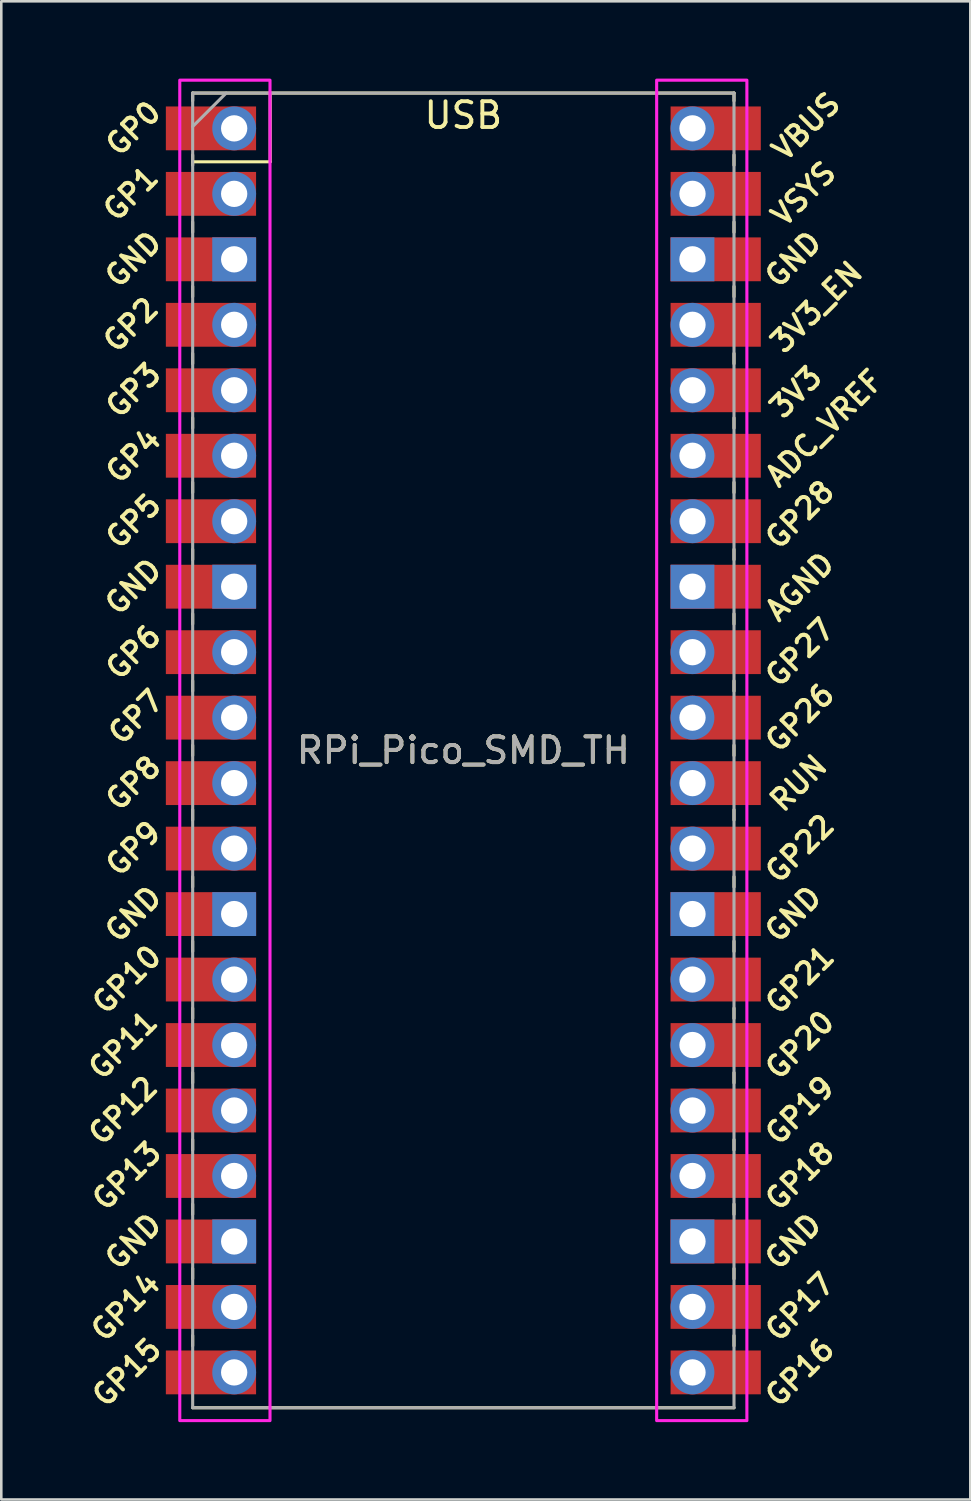
<source format=kicad_pcb>
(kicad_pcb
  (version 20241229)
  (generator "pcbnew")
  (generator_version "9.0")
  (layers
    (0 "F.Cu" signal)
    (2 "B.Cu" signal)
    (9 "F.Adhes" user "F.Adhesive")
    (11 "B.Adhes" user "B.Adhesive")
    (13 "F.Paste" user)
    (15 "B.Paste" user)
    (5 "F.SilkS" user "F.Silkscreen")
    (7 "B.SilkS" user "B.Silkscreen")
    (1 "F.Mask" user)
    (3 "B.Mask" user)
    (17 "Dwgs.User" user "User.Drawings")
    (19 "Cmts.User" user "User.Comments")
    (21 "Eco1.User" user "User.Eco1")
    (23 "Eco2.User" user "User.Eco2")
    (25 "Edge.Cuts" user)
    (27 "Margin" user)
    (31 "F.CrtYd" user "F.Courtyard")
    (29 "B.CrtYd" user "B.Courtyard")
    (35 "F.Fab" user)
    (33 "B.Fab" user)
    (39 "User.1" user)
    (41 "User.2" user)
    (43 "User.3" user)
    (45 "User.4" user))
  (footprint "RPi_Pico_SMD_TH"
    (layer "F.Cu")
    (at 14.924 26.06)
    (property "Reference" "RPi_Pico_SMD_TH" (at 0 0 0) (layer "F.SilkS") (effects (font (size 1 1) (thickness 0.15))))
    (attr through_hole)
    (fp_line (start -10.5 -25.5) (end -10.5 -25.2) (stroke (width 0.12) (type solid)) (layer "F.SilkS"))
    (fp_line (start -10.5 -25.5) (end 10.5 -25.5) (stroke (width 0.12) (type solid)) (layer "F.SilkS"))
    (fp_line (start -10.5 -23.1) (end -10.5 -22.7) (stroke (width 0.12) (type solid)) (layer "F.SilkS"))
    (fp_line (start -10.5 -22.833) (end -7.493 -22.833) (stroke (width 0.12) (type solid)) (layer "F.SilkS"))
    (fp_line (start -10.5 -20.5) (end -10.5 -20.1) (stroke (width 0.12) (type solid)) (layer "F.SilkS"))
    (fp_line (start -10.5 -18) (end -10.5 -17.6) (stroke (width 0.12) (type solid)) (layer "F.SilkS"))
    (fp_line (start -10.5 -15.4) (end -10.5 -15) (stroke (width 0.12) (type solid)) (layer "F.SilkS"))
    (fp_line (start -10.5 -12.9) (end -10.5 -12.5) (stroke (width 0.12) (type solid)) (layer "F.SilkS"))
    (fp_line (start -10.5 -10.4) (end -10.5 -10) (stroke (width 0.12) (type solid)) (layer "F.SilkS"))
    (fp_line (start -10.5 -7.8) (end -10.5 -7.4) (stroke (width 0.12) (type solid)) (layer "F.SilkS"))
    (fp_line (start -10.5 -5.3) (end -10.5 -4.9) (stroke (width 0.12) (type solid)) (layer "F.SilkS"))
    (fp_line (start -10.5 -2.7) (end -10.5 -2.3) (stroke (width 0.12) (type solid)) (layer "F.SilkS"))
    (fp_line (start -10.5 -0.2) (end -10.5 0.2) (stroke (width 0.12) (type solid)) (layer "F.SilkS"))
    (fp_line (start -10.5 2.3) (end -10.5 2.7) (stroke (width 0.12) (type solid)) (layer "F.SilkS"))
    (fp_line (start -10.5 4.9) (end -10.5 5.3) (stroke (width 0.12) (type solid)) (layer "F.SilkS"))
    (fp_line (start -10.5 7.4) (end -10.5 7.8) (stroke (width 0.12) (type solid)) (layer "F.SilkS"))
    (fp_line (start -10.5 10) (end -10.5 10.4) (stroke (width 0.12) (type solid)) (layer "F.SilkS"))
    (fp_line (start -10.5 12.5) (end -10.5 12.9) (stroke (width 0.12) (type solid)) (layer "F.SilkS"))
    (fp_line (start -10.5 15.1) (end -10.5 15.5) (stroke (width 0.12) (type solid)) (layer "F.SilkS"))
    (fp_line (start -10.5 17.6) (end -10.5 18) (stroke (width 0.12) (type solid)) (layer "F.SilkS"))
    (fp_line (start -10.5 20.1) (end -10.5 20.5) (stroke (width 0.12) (type solid)) (layer "F.SilkS"))
    (fp_line (start -10.5 22.7) (end -10.5 23.1) (stroke (width 0.12) (type solid)) (layer "F.SilkS"))
    (fp_line (start -10.5 25.5) (end 10.5 25.5) (stroke (width 0.12) (type solid)) (layer "F.SilkS"))
    (fp_line (start -7.493 -22.833) (end -7.493 -25.5) (stroke (width 0.12) (type solid)) (layer "F.SilkS"))
    (fp_line (start 10.5 -25.5) (end 10.5 -25.2) (stroke (width 0.12) (type solid)) (layer "F.SilkS"))
    (fp_line (start 10.5 -23.1) (end 10.5 -22.7) (stroke (width 0.12) (type solid)) (layer "F.SilkS"))
    (fp_line (start 10.5 -20.5) (end 10.5 -20.1) (stroke (width 0.12) (type solid)) (layer "F.SilkS"))
    (fp_line (start 10.5 -18) (end 10.5 -17.6) (stroke (width 0.12) (type solid)) (layer "F.SilkS"))
    (fp_line (start 10.5 -15.4) (end 10.5 -15) (stroke (width 0.12) (type solid)) (layer "F.SilkS"))
    (fp_line (start 10.5 -12.9) (end 10.5 -12.5) (stroke (width 0.12) (type solid)) (layer "F.SilkS"))
    (fp_line (start 10.5 -10.4) (end 10.5 -10) (stroke (width 0.12) (type solid)) (layer "F.SilkS"))
    (fp_line (start 10.5 -7.8) (end 10.5 -7.4) (stroke (width 0.12) (type solid)) (layer "F.SilkS"))
    (fp_line (start 10.5 -5.3) (end 10.5 -4.9) (stroke (width 0.12) (type solid)) (layer "F.SilkS"))
    (fp_line (start 10.5 -2.7) (end 10.5 -2.3) (stroke (width 0.12) (type solid)) (layer "F.SilkS"))
    (fp_line (start 10.5 -0.2) (end 10.5 0.2) (stroke (width 0.12) (type solid)) (layer "F.SilkS"))
    (fp_line (start 10.5 2.3) (end 10.5 2.7) (stroke (width 0.12) (type solid)) (layer "F.SilkS"))
    (fp_line (start 10.5 4.9) (end 10.5 5.3) (stroke (width 0.12) (type solid)) (layer "F.SilkS"))
    (fp_line (start 10.5 7.4) (end 10.5 7.8) (stroke (width 0.12) (type solid)) (layer "F.SilkS"))
    (fp_line (start 10.5 10) (end 10.5 10.4) (stroke (width 0.12) (type solid)) (layer "F.SilkS"))
    (fp_line (start 10.5 12.5) (end 10.5 12.9) (stroke (width 0.12) (type solid)) (layer "F.SilkS"))
    (fp_line (start 10.5 15.1) (end 10.5 15.5) (stroke (width 0.12) (type solid)) (layer "F.SilkS"))
    (fp_line (start 10.5 17.6) (end 10.5 18) (stroke (width 0.12) (type solid)) (layer "F.SilkS"))
    (fp_line (start 10.5 20.1) (end 10.5 20.5) (stroke (width 0.12) (type solid)) (layer "F.SilkS"))
    (fp_line (start 10.5 22.7) (end 10.5 23.1) (stroke (width 0.12) (type solid)) (layer "F.SilkS"))
    (fp_rect (start -11 26) (end -7.5 -26) (stroke (width 0.12) (type solid)) (fill no) (layer "F.CrtYd"))
    (fp_rect (start 7.5 26) (end 11 -26) (stroke (width 0.12) (type solid)) (fill no) (layer "F.CrtYd"))
    (fp_line (start -10.5 -25.5) (end 10.5 -25.5) (stroke (width 0.12) (type solid)) (layer "F.Fab"))
    (fp_line (start -10.5 -24.2) (end -9.2 -25.5) (stroke (width 0.12) (type solid)) (layer "F.Fab"))
    (fp_line (start -10.5 25.5) (end -10.5 -25.5) (stroke (width 0.12) (type solid)) (layer "F.Fab"))
    (fp_line (start 10.5 -25.5) (end 10.5 25.5) (stroke (width 0.12) (type solid)) (layer "F.Fab"))
    (fp_line (start 10.5 25.5) (end -10.5 25.5) (stroke (width 0.12) (type solid)) (layer "F.Fab"))
    (fp_text user "GP22" (at 13.054 3.81 45) (layer "F.SilkS") (effects (font (size 0.8 0.8) (thickness 0.15))))
    (fp_text user "GP26" (at 13.054 -1.27 45) (layer "F.SilkS") (effects (font (size 0.8 0.8) (thickness 0.15))))
    (fp_text user "GP3" (at -12.8 -13.97 45) (layer "F.SilkS") (effects (font (size 0.8 0.8) (thickness 0.15))))
    (fp_text user "GND" (at -12.8 -19.05 45) (layer "F.SilkS") (effects (font (size 0.8 0.8) (thickness 0.15))))
    (fp_text user "GP21" (at 13.054 8.9 45) (layer "F.SilkS") (effects (font (size 0.8 0.8) (thickness 0.15))))
    (fp_text user "GP15" (at -13.054 24.13 45) (layer "F.SilkS") (effects (font (size 0.8 0.8) (thickness 0.15))))
    (fp_text user "GP7" (at -12.7 -1.3 45) (layer "F.SilkS") (effects (font (size 0.8 0.8) (thickness 0.15))))
    (fp_text user "GP5" (at -12.8 -8.89 45) (layer "F.SilkS") (effects (font (size 0.8 0.8) (thickness 0.15))))
    (fp_text user "GP16" (at 13.054 24.13 45) (layer "F.SilkS") (effects (font (size 0.8 0.8) (thickness 0.15))))
    (fp_text user "GP12" (at -13.2 13.97 45) (layer "F.SilkS") (effects (font (size 0.8 0.8) (thickness 0.15))))
    (fp_text user "GP28" (at 13.054 -9.144 45) (layer "F.SilkS") (effects (font (size 0.8 0.8) (thickness 0.15))))
    (fp_text user "GND" (at -12.8 19.05 45) (layer "F.SilkS") (effects (font (size 0.8 0.8) (thickness 0.15))))
    (fp_text user "GND" (at -12.8 6.35 45) (layer "F.SilkS") (effects (font (size 0.8 0.8) (thickness 0.15))))
    (fp_text user "GP13" (at -13.054 16.51 45) (layer "F.SilkS") (effects (font (size 0.8 0.8) (thickness 0.15))))
    (fp_text user "GP20" (at 13.054 11.43 45) (layer "F.SilkS") (effects (font (size 0.8 0.8) (thickness 0.15))))
    (fp_text user "GP27" (at 13.054 -3.8 45) (layer "F.SilkS") (effects (font (size 0.8 0.8) (thickness 0.15))))
    (fp_text user "GND" (at -12.8 -6.35 45) (layer "F.SilkS") (effects (font (size 0.8 0.8) (thickness 0.15))))
    (fp_text user "GND" (at 12.8 -19.05 45) (layer "F.SilkS") (effects (font (size 0.8 0.8) (thickness 0.15))))
    (fp_text user "GP9" (at -12.8 3.81 45) (layer "F.SilkS") (effects (font (size 0.8 0.8) (thickness 0.15))))
    (fp_text user "VSYS" (at 13.2 -21.59 45) (layer "F.SilkS") (effects (font (size 0.8 0.8) (thickness 0.15))))
    (fp_text user "GP14" (at -13.1 21.59 45) (layer "F.SilkS") (effects (font (size 0.8 0.8) (thickness 0.15))))
    (fp_text user "GP10" (at -13.054 8.89 45) (layer "F.SilkS") (effects (font (size 0.8 0.8) (thickness 0.15))))
    (fp_text user "GP4" (at -12.8 -11.43 45) (layer "F.SilkS") (effects (font (size 0.8 0.8) (thickness 0.15))))
    (fp_text user "GP8" (at -12.8 1.27 45) (layer "F.SilkS") (effects (font (size 0.8 0.8) (thickness 0.15))))
    (fp_text user "VBUS" (at 13.3 -24.2 45) (layer "F.SilkS") (effects (font (size 0.8 0.8) (thickness 0.15))))
    (fp_text user "ADC_VREF" (at 14 -12.5 45) (layer "F.SilkS") (effects (font (size 0.8 0.8) (thickness 0.15))))
    (fp_text user "GP1" (at -12.9 -21.6 45) (layer "F.SilkS") (effects (font (size 0.8 0.8) (thickness 0.15))))
    (fp_text user "GP18" (at 13.054 16.51 45) (layer "F.SilkS") (effects (font (size 0.8 0.8) (thickness 0.15))))
    (fp_text user "3V3_EN" (at 13.7 -17.2 45) (layer "F.SilkS") (effects (font (size 0.8 0.8) (thickness 0.15))))
    (fp_text user "GP6" (at -12.8 -3.81 45) (layer "F.SilkS") (effects (font (size 0.8 0.8) (thickness 0.15))))
    (fp_text user "RUN" (at 13 1.27 45) (layer "F.SilkS") (effects (font (size 0.8 0.8) (thickness 0.15))))
    (fp_text user "GND" (at 12.8 6.35 45) (layer "F.SilkS") (effects (font (size 0.8 0.8) (thickness 0.15))))
    (fp_text user "USB" (at 0 -24.638 0) (unlocked yes) (layer "F.SilkS") (effects (font (size 1 1) (thickness 0.15))))
    (fp_text user "GP17" (at 13.054 21.59 45) (layer "F.SilkS") (effects (font (size 0.8 0.8) (thickness 0.15))))
    (fp_text user "GP0" (at -12.8 -24.13 45) (layer "F.SilkS") (effects (font (size 0.8 0.8) (thickness 0.15))))
    (fp_text user "GP2" (at -12.9 -16.51 45) (layer "F.SilkS") (effects (font (size 0.8 0.8) (thickness 0.15))))
    (fp_text user "GP11" (at -13.2 11.43 45) (layer "F.SilkS") (effects (font (size 0.8 0.8) (thickness 0.15))))
    (fp_text user "GP19" (at 13.054 13.97 45) (layer "F.SilkS") (effects (font (size 0.8 0.8) (thickness 0.15))))
    (fp_text user "3V3" (at 12.9 -13.9 45) (layer "F.SilkS") (effects (font (size 0.8 0.8) (thickness 0.15))))
    (fp_text user "GND" (at 12.8 19.05 45) (layer "F.SilkS") (effects (font (size 0.8 0.8) (thickness 0.15))))
    (fp_text user "AGND" (at 13.054 -6.35 45) (layer "F.SilkS") (effects (font (size 0.8 0.8) (thickness 0.15))))
    (fp_text user "${REFERENCE}" (at 0 0 180) (layer "F.Fab") (effects (font (size 1 1) (thickness 0.15))))
    (pad "1" thru_hole oval (at -8.89 -24.13) (size 1.7 1.7) (drill 1.02) (layers "*.Cu" "*.Mask"))
    (pad "1" smd rect (at -8.89 -24.13) (size 3.5 1.7) (drill (offset -0.9 0)) (layers "F.Cu" "F.Mask"))
    (pad "2" thru_hole oval (at -8.89 -21.59) (size 1.7 1.7) (drill 1.02) (layers "*.Cu" "*.Mask"))
    (pad "2" smd rect (at -8.89 -21.59) (size 3.5 1.7) (drill (offset -0.9 0)) (layers "F.Cu" "F.Mask"))
    (pad "3" thru_hole rect (at -8.89 -19.05) (size 1.7 1.7) (drill 1.02) (layers "*.Cu" "*.Mask"))
    (pad "3" smd rect (at -8.89 -19.05) (size 3.5 1.7) (drill (offset -0.9 0)) (layers "F.Cu" "F.Mask"))
    (pad "4" thru_hole oval (at -8.89 -16.51) (size 1.7 1.7) (drill 1.02) (layers "*.Cu" "*.Mask"))
    (pad "4" smd rect (at -8.89 -16.51) (size 3.5 1.7) (drill (offset -0.9 0)) (layers "F.Cu" "F.Mask"))
    (pad "5" thru_hole oval (at -8.89 -13.97) (size 1.7 1.7) (drill 1.02) (layers "*.Cu" "*.Mask"))
    (pad "5" smd rect (at -8.89 -13.97) (size 3.5 1.7) (drill (offset -0.9 0)) (layers "F.Cu" "F.Mask"))
    (pad "6" thru_hole oval (at -8.89 -11.43) (size 1.7 1.7) (drill 1.02) (layers "*.Cu" "*.Mask"))
    (pad "6" smd rect (at -8.89 -11.43) (size 3.5 1.7) (drill (offset -0.9 0)) (layers "F.Cu" "F.Mask"))
    (pad "7" thru_hole oval (at -8.89 -8.89) (size 1.7 1.7) (drill 1.02) (layers "*.Cu" "*.Mask"))
    (pad "7" smd rect (at -8.89 -8.89) (size 3.5 1.7) (drill (offset -0.9 0)) (layers "F.Cu" "F.Mask"))
    (pad "8" thru_hole rect (at -8.89 -6.35) (size 1.7 1.7) (drill 1.02) (layers "*.Cu" "*.Mask"))
    (pad "8" smd rect (at -8.89 -6.35) (size 3.5 1.7) (drill (offset -0.9 0)) (layers "F.Cu" "F.Mask"))
    (pad "9" thru_hole oval (at -8.89 -3.81) (size 1.7 1.7) (drill 1.02) (layers "*.Cu" "*.Mask"))
    (pad "9" smd rect (at -8.89 -3.81) (size 3.5 1.7) (drill (offset -0.9 0)) (layers "F.Cu" "F.Mask"))
    (pad "10" thru_hole oval (at -8.89 -1.27) (size 1.7 1.7) (drill 1.02) (layers "*.Cu" "*.Mask"))
    (pad "10" smd rect (at -8.89 -1.27) (size 3.5 1.7) (drill (offset -0.9 0)) (layers "F.Cu" "F.Mask"))
    (pad "11" thru_hole oval (at -8.89 1.27) (size 1.7 1.7) (drill 1.02) (layers "*.Cu" "*.Mask"))
    (pad "11" smd rect (at -8.89 1.27) (size 3.5 1.7) (drill (offset -0.9 0)) (layers "F.Cu" "F.Mask"))
    (pad "12" thru_hole oval (at -8.89 3.81) (size 1.7 1.7) (drill 1.02) (layers "*.Cu" "*.Mask"))
    (pad "12" smd rect (at -8.89 3.81) (size 3.5 1.7) (drill (offset -0.9 0)) (layers "F.Cu" "F.Mask"))
    (pad "13" thru_hole rect (at -8.89 6.35) (size 1.7 1.7) (drill 1.02) (layers "*.Cu" "*.Mask"))
    (pad "13" smd rect (at -8.89 6.35) (size 3.5 1.7) (drill (offset -0.9 0)) (layers "F.Cu" "F.Mask"))
    (pad "14" thru_hole oval (at -8.89 8.89) (size 1.7 1.7) (drill 1.02) (layers "*.Cu" "*.Mask"))
    (pad "14" smd rect (at -8.89 8.89) (size 3.5 1.7) (drill (offset -0.9 0)) (layers "F.Cu" "F.Mask"))
    (pad "15" thru_hole oval (at -8.89 11.43) (size 1.7 1.7) (drill 1.02) (layers "*.Cu" "*.Mask"))
    (pad "15" smd rect (at -8.89 11.43) (size 3.5 1.7) (drill (offset -0.9 0)) (layers "F.Cu" "F.Mask"))
    (pad "16" thru_hole oval (at -8.89 13.97) (size 1.7 1.7) (drill 1.02) (layers "*.Cu" "*.Mask"))
    (pad "16" smd rect (at -8.89 13.97) (size 3.5 1.7) (drill (offset -0.9 0)) (layers "F.Cu" "F.Mask"))
    (pad "17" thru_hole oval (at -8.89 16.51) (size 1.7 1.7) (drill 1.02) (layers "*.Cu" "*.Mask"))
    (pad "17" smd rect (at -8.89 16.51) (size 3.5 1.7) (drill (offset -0.9 0)) (layers "F.Cu" "F.Mask"))
    (pad "18" thru_hole rect (at -8.89 19.05) (size 1.7 1.7) (drill 1.02) (layers "*.Cu" "*.Mask"))
    (pad "18" smd rect (at -8.89 19.05) (size 3.5 1.7) (drill (offset -0.9 0)) (layers "F.Cu" "F.Mask"))
    (pad "19" thru_hole oval (at -8.89 21.59) (size 1.7 1.7) (drill 1.02) (layers "*.Cu" "*.Mask"))
    (pad "19" smd rect (at -8.89 21.59) (size 3.5 1.7) (drill (offset -0.9 0)) (layers "F.Cu" "F.Mask"))
    (pad "20" thru_hole oval (at -8.89 24.13) (size 1.7 1.7) (drill 1.02) (layers "*.Cu" "*.Mask"))
    (pad "20" smd rect (at -8.89 24.13) (size 3.5 1.7) (drill (offset -0.9 0)) (layers "F.Cu" "F.Mask"))
    (pad "21" thru_hole oval (at 8.89 24.13) (size 1.7 1.7) (drill 1.02) (layers "*.Cu" "*.Mask"))
    (pad "21" smd rect (at 8.89 24.13) (size 3.5 1.7) (drill (offset 0.9 0)) (layers "F.Cu" "F.Mask"))
    (pad "22" thru_hole oval (at 8.89 21.59) (size 1.7 1.7) (drill 1.02) (layers "*.Cu" "*.Mask"))
    (pad "22" smd rect (at 8.89 21.59) (size 3.5 1.7) (drill (offset 0.9 0)) (layers "F.Cu" "F.Mask"))
    (pad "23" thru_hole rect (at 8.89 19.05) (size 1.7 1.7) (drill 1.02) (layers "*.Cu" "*.Mask"))
    (pad "23" smd rect (at 8.89 19.05) (size 3.5 1.7) (drill (offset 0.9 0)) (layers "F.Cu" "F.Mask"))
    (pad "24" thru_hole oval (at 8.89 16.51) (size 1.7 1.7) (drill 1.02) (layers "*.Cu" "*.Mask"))
    (pad "24" smd rect (at 8.89 16.51) (size 3.5 1.7) (drill (offset 0.9 0)) (layers "F.Cu" "F.Mask"))
    (pad "25" thru_hole oval (at 8.89 13.97) (size 1.7 1.7) (drill 1.02) (layers "*.Cu" "*.Mask"))
    (pad "25" smd rect (at 8.89 13.97) (size 3.5 1.7) (drill (offset 0.9 0)) (layers "F.Cu" "F.Mask"))
    (pad "26" thru_hole oval (at 8.89 11.43) (size 1.7 1.7) (drill 1.02) (layers "*.Cu" "*.Mask"))
    (pad "26" smd rect (at 8.89 11.43) (size 3.5 1.7) (drill (offset 0.9 0)) (layers "F.Cu" "F.Mask"))
    (pad "27" thru_hole oval (at 8.89 8.89) (size 1.7 1.7) (drill 1.02) (layers "*.Cu" "*.Mask"))
    (pad "27" smd rect (at 8.89 8.89) (size 3.5 1.7) (drill (offset 0.9 0)) (layers "F.Cu" "F.Mask"))
    (pad "28" thru_hole rect (at 8.89 6.35) (size 1.7 1.7) (drill 1.02) (layers "*.Cu" "*.Mask"))
    (pad "28" smd rect (at 8.89 6.35) (size 3.5 1.7) (drill (offset 0.9 0)) (layers "F.Cu" "F.Mask"))
    (pad "29" thru_hole oval (at 8.89 3.81) (size 1.7 1.7) (drill 1.02) (layers "*.Cu" "*.Mask"))
    (pad "29" smd rect (at 8.89 3.81) (size 3.5 1.7) (drill (offset 0.9 0)) (layers "F.Cu" "F.Mask"))
    (pad "30" thru_hole oval (at 8.89 1.27) (size 1.7 1.7) (drill 1.02) (layers "*.Cu" "*.Mask"))
    (pad "30" smd rect (at 8.89 1.27) (size 3.5 1.7) (drill (offset 0.9 0)) (layers "F.Cu" "F.Mask"))
    (pad "31" thru_hole oval (at 8.89 -1.27) (size 1.7 1.7) (drill 1.02) (layers "*.Cu" "*.Mask"))
    (pad "31" smd rect (at 8.89 -1.27) (size 3.5 1.7) (drill (offset 0.9 0)) (layers "F.Cu" "F.Mask"))
    (pad "32" thru_hole oval (at 8.89 -3.81) (size 1.7 1.7) (drill 1.02) (layers "*.Cu" "*.Mask"))
    (pad "32" smd rect (at 8.89 -3.81) (size 3.5 1.7) (drill (offset 0.9 0)) (layers "F.Cu" "F.Mask"))
    (pad "33" thru_hole rect (at 8.89 -6.35) (size 1.7 1.7) (drill 1.02) (layers "*.Cu" "*.Mask"))
    (pad "33" smd rect (at 8.89 -6.35) (size 3.5 1.7) (drill (offset 0.9 0)) (layers "F.Cu" "F.Mask"))
    (pad "34" thru_hole oval (at 8.89 -8.89) (size 1.7 1.7) (drill 1.02) (layers "*.Cu" "*.Mask"))
    (pad "34" smd rect (at 8.89 -8.89) (size 3.5 1.7) (drill (offset 0.9 0)) (layers "F.Cu" "F.Mask"))
    (pad "35" thru_hole oval (at 8.89 -11.43) (size 1.7 1.7) (drill 1.02) (layers "*.Cu" "*.Mask"))
    (pad "35" smd rect (at 8.89 -11.43) (size 3.5 1.7) (drill (offset 0.9 0)) (layers "F.Cu" "F.Mask"))
    (pad "36" thru_hole oval (at 8.89 -13.97) (size 1.7 1.7) (drill 1.02) (layers "*.Cu" "*.Mask"))
    (pad "36" smd rect (at 8.89 -13.97) (size 3.5 1.7) (drill (offset 0.9 0)) (layers "F.Cu" "F.Mask"))
    (pad "37" thru_hole oval (at 8.89 -16.51) (size 1.7 1.7) (drill 1.02) (layers "*.Cu" "*.Mask"))
    (pad "37" smd rect (at 8.89 -16.51) (size 3.5 1.7) (drill (offset 0.9 0)) (layers "F.Cu" "F.Mask"))
    (pad "38" thru_hole rect (at 8.89 -19.05) (size 1.7 1.7) (drill 1.02) (layers "*.Cu" "*.Mask"))
    (pad "38" smd rect (at 8.89 -19.05) (size 3.5 1.7) (drill (offset 0.9 0)) (layers "F.Cu" "F.Mask"))
    (pad "39" thru_hole oval (at 8.89 -21.59) (size 1.7 1.7) (drill 1.02) (layers "*.Cu" "*.Mask"))
    (pad "39" smd rect (at 8.89 -21.59) (size 3.5 1.7) (drill (offset 0.9 0)) (layers "F.Cu" "F.Mask"))
    (pad "40" thru_hole oval (at 8.89 -24.13) (size 1.7 1.7) (drill 1.02) (layers "*.Cu" "*.Mask"))
    (pad "40" smd rect (at 8.89 -24.13) (size 3.5 1.7) (drill (offset 0.9 0)) (layers "F.Cu" "F.Mask")))
  (gr_rect
    (start -3 -3)
    (end 34.591 55.12)
    (stroke (width 0.1) (type default))
    (fill no)
    (layer "Edge.Cuts")))
</source>
